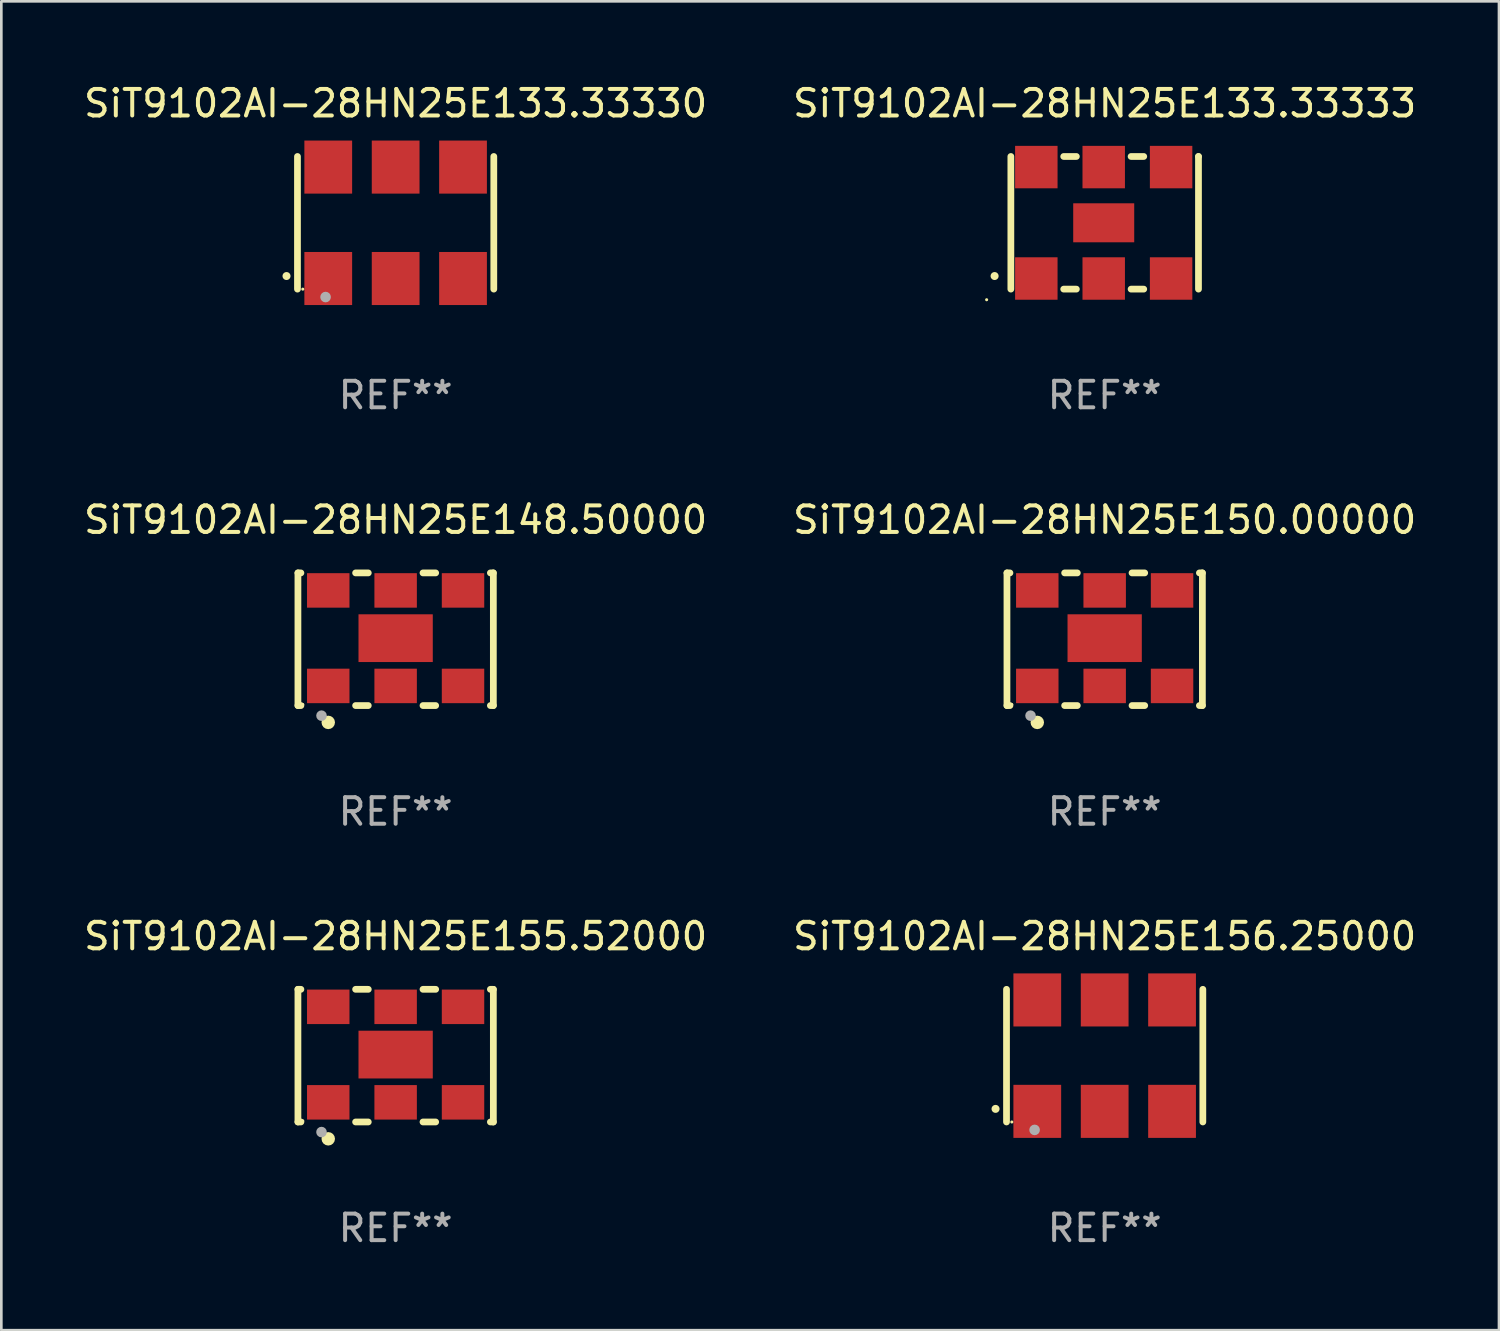
<source format=kicad_pcb>
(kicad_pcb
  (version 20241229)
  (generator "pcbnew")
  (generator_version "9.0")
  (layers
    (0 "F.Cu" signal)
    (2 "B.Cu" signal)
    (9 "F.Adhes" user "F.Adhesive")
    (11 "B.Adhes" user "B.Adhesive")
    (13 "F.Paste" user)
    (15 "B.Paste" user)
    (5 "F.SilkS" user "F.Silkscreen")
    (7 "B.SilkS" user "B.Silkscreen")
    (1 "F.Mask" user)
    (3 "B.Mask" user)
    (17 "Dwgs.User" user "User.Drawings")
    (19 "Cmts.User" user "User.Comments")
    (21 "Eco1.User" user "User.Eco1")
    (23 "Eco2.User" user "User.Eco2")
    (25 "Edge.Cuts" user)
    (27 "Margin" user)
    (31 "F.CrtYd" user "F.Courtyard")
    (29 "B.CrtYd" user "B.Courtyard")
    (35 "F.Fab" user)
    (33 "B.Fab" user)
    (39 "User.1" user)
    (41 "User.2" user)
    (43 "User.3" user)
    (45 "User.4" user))
  (footprint "SiT9102AI-28HN25E148.50000"
    (layer "F.Cu")
    (at 11.863 21.045)
    (property "Reference" "SiT9102AI-28HN25E148.50000" (at 0 -4.5 0) (layer "F.SilkS") (effects (font (size 1 1) (thickness 0.15))))
    (attr through_hole)
    (fp_line (start -3.683 -2.5) (end -3.571 -2.5) (stroke (width 0.254) (type solid)) (layer "F.SilkS"))
    (fp_line (start -3.683 2.5) (end -3.683 -2.5) (stroke (width 0.254) (type solid)) (layer "F.SilkS"))
    (fp_line (start -3.683 2.5) (end -3.571 2.5) (stroke (width 0.254) (type solid)) (layer "F.SilkS"))
    (fp_line (start -1.509 -2.5) (end -1.031 -2.5) (stroke (width 0.254) (type solid)) (layer "F.SilkS"))
    (fp_line (start -1.509 2.5) (end -1.031 2.5) (stroke (width 0.254) (type solid)) (layer "F.SilkS"))
    (fp_line (start 1.031 -2.5) (end 1.509 -2.5) (stroke (width 0.254) (type solid)) (layer "F.SilkS"))
    (fp_line (start 1.031 2.5) (end 1.509 2.5) (stroke (width 0.254) (type solid)) (layer "F.SilkS"))
    (fp_line (start 3.571 -2.5) (end 3.683 -2.5) (stroke (width 0.254) (type solid)) (layer "F.SilkS"))
    (fp_line (start 3.571 2.5) (end 3.683 2.5) (stroke (width 0.254) (type solid)) (layer "F.SilkS"))
    (fp_line (start 3.683 2.5) (end 3.683 -2.5) (stroke (width 0.254) (type solid)) (layer "F.SilkS"))
    (fp_circle (center -3.5 2.46) (end -3.47 2.46) (stroke (width 0.06) (type solid)) (fill no) (layer "F.SilkS"))
    (fp_circle (center -2.54 3.135) (end -2.413 3.135) (stroke (width 0.254) (type solid)) (fill no) (layer "F.SilkS"))
    (fp_circle (center -2.794 2.881) (end -2.694 2.881) (stroke (width 0.2) (type solid)) (fill no) (layer "F.Fab"))
    (fp_text user "REF**" (at 0 6.5 0) (layer "F.Fab") (effects (font (size 1 1) (thickness 0.15))))
    (pad "1" smd rect (at -2.54 1.76) (size 1.6 1.3) (layers "F.Cu" "F.Mask" "F.Paste"))
    (pad "2" smd rect (at 0 1.76) (size 1.6 1.3) (layers "F.Cu" "F.Mask" "F.Paste"))
    (pad "3" smd rect (at 2.54 1.76) (size 1.6 1.3) (layers "F.Cu" "F.Mask" "F.Paste"))
    (pad "4" smd rect (at 2.54 -1.84) (size 1.6 1.3) (layers "F.Cu" "F.Mask" "F.Paste"))
    (pad "5" smd rect (at 0 -1.84) (size 1.6 1.3) (layers "F.Cu" "F.Mask" "F.Paste"))
    (pad "6" smd rect (at -2.54 -1.84) (size 1.6 1.3) (layers "F.Cu" "F.Mask" "F.Paste"))
    (pad "7" smd rect (at 0 -0.04) (size 2.8 1.8) (layers "F.Cu" "F.Mask" "F.Paste")))
  (footprint "SiT9102AI-28HN25E155.52000"
    (layer "F.Cu")
    (at 11.863 36.741)
    (property "Reference" "SiT9102AI-28HN25E155.52000" (at 0 -4.5 0) (layer "F.SilkS") (effects (font (size 1 1) (thickness 0.15))))
    (attr through_hole)
    (fp_line (start -3.683 -2.5) (end -3.571 -2.5) (stroke (width 0.254) (type solid)) (layer "F.SilkS"))
    (fp_line (start -3.683 2.5) (end -3.683 -2.5) (stroke (width 0.254) (type solid)) (layer "F.SilkS"))
    (fp_line (start -3.683 2.5) (end -3.571 2.5) (stroke (width 0.254) (type solid)) (layer "F.SilkS"))
    (fp_line (start -1.509 -2.5) (end -1.031 -2.5) (stroke (width 0.254) (type solid)) (layer "F.SilkS"))
    (fp_line (start -1.509 2.5) (end -1.031 2.5) (stroke (width 0.254) (type solid)) (layer "F.SilkS"))
    (fp_line (start 1.031 -2.5) (end 1.509 -2.5) (stroke (width 0.254) (type solid)) (layer "F.SilkS"))
    (fp_line (start 1.031 2.5) (end 1.509 2.5) (stroke (width 0.254) (type solid)) (layer "F.SilkS"))
    (fp_line (start 3.571 -2.5) (end 3.683 -2.5) (stroke (width 0.254) (type solid)) (layer "F.SilkS"))
    (fp_line (start 3.571 2.5) (end 3.683 2.5) (stroke (width 0.254) (type solid)) (layer "F.SilkS"))
    (fp_line (start 3.683 2.5) (end 3.683 -2.5) (stroke (width 0.254) (type solid)) (layer "F.SilkS"))
    (fp_circle (center -3.5 2.46) (end -3.47 2.46) (stroke (width 0.06) (type solid)) (fill no) (layer "F.SilkS"))
    (fp_circle (center -2.54 3.135) (end -2.413 3.135) (stroke (width 0.254) (type solid)) (fill no) (layer "F.SilkS"))
    (fp_circle (center -2.794 2.881) (end -2.694 2.881) (stroke (width 0.2) (type solid)) (fill no) (layer "F.Fab"))
    (fp_text user "REF**" (at 0 6.5 0) (layer "F.Fab") (effects (font (size 1 1) (thickness 0.15))))
    (pad "1" smd rect (at -2.54 1.76) (size 1.6 1.3) (layers "F.Cu" "F.Mask" "F.Paste"))
    (pad "2" smd rect (at 0 1.76) (size 1.6 1.3) (layers "F.Cu" "F.Mask" "F.Paste"))
    (pad "3" smd rect (at 2.54 1.76) (size 1.6 1.3) (layers "F.Cu" "F.Mask" "F.Paste"))
    (pad "4" smd rect (at 2.54 -1.84) (size 1.6 1.3) (layers "F.Cu" "F.Mask" "F.Paste"))
    (pad "5" smd rect (at 0 -1.84) (size 1.6 1.3) (layers "F.Cu" "F.Mask" "F.Paste"))
    (pad "6" smd rect (at -2.54 -1.84) (size 1.6 1.3) (layers "F.Cu" "F.Mask" "F.Paste"))
    (pad "7" smd rect (at 0 -0.04) (size 2.8 1.8) (layers "F.Cu" "F.Mask" "F.Paste")))
  (footprint "SiT9102AI-28HN25E150.00000"
    (layer "F.Cu")
    (at 38.589 21.045)
    (property "Reference" "SiT9102AI-28HN25E150.00000" (at 0 -4.5 0) (layer "F.SilkS") (effects (font (size 1 1) (thickness 0.15))))
    (attr through_hole)
    (fp_line (start -3.683 -2.5) (end -3.571 -2.5) (stroke (width 0.254) (type solid)) (layer "F.SilkS"))
    (fp_line (start -3.683 2.5) (end -3.683 -2.5) (stroke (width 0.254) (type solid)) (layer "F.SilkS"))
    (fp_line (start -3.683 2.5) (end -3.571 2.5) (stroke (width 0.254) (type solid)) (layer "F.SilkS"))
    (fp_line (start -1.509 -2.5) (end -1.031 -2.5) (stroke (width 0.254) (type solid)) (layer "F.SilkS"))
    (fp_line (start -1.509 2.5) (end -1.031 2.5) (stroke (width 0.254) (type solid)) (layer "F.SilkS"))
    (fp_line (start 1.031 -2.5) (end 1.509 -2.5) (stroke (width 0.254) (type solid)) (layer "F.SilkS"))
    (fp_line (start 1.031 2.5) (end 1.509 2.5) (stroke (width 0.254) (type solid)) (layer "F.SilkS"))
    (fp_line (start 3.571 -2.5) (end 3.683 -2.5) (stroke (width 0.254) (type solid)) (layer "F.SilkS"))
    (fp_line (start 3.571 2.5) (end 3.683 2.5) (stroke (width 0.254) (type solid)) (layer "F.SilkS"))
    (fp_line (start 3.683 2.5) (end 3.683 -2.5) (stroke (width 0.254) (type solid)) (layer "F.SilkS"))
    (fp_circle (center -3.5 2.46) (end -3.47 2.46) (stroke (width 0.06) (type solid)) (fill no) (layer "F.SilkS"))
    (fp_circle (center -2.54 3.135) (end -2.413 3.135) (stroke (width 0.254) (type solid)) (fill no) (layer "F.SilkS"))
    (fp_circle (center -2.794 2.881) (end -2.694 2.881) (stroke (width 0.2) (type solid)) (fill no) (layer "F.Fab"))
    (fp_text user "REF**" (at 0 6.5 0) (layer "F.Fab") (effects (font (size 1 1) (thickness 0.15))))
    (pad "1" smd rect (at -2.54 1.76) (size 1.6 1.3) (layers "F.Cu" "F.Mask" "F.Paste"))
    (pad "2" smd rect (at 0 1.76) (size 1.6 1.3) (layers "F.Cu" "F.Mask" "F.Paste"))
    (pad "3" smd rect (at 2.54 1.76) (size 1.6 1.3) (layers "F.Cu" "F.Mask" "F.Paste"))
    (pad "4" smd rect (at 2.54 -1.84) (size 1.6 1.3) (layers "F.Cu" "F.Mask" "F.Paste"))
    (pad "5" smd rect (at 0 -1.84) (size 1.6 1.3) (layers "F.Cu" "F.Mask" "F.Paste"))
    (pad "6" smd rect (at -2.54 -1.84) (size 1.6 1.3) (layers "F.Cu" "F.Mask" "F.Paste"))
    (pad "7" smd rect (at 0 -0.04) (size 2.8 1.8) (layers "F.Cu" "F.Mask" "F.Paste")))
  (footprint "SiT9102AI-28HN25E156.25000"
    (layer "F.Cu")
    (at 38.589 36.741)
    (property "Reference" "SiT9102AI-28HN25E156.25000" (at 0 -4.5 0) (layer "F.SilkS") (effects (font (size 1 1) (thickness 0.15))))
    (attr through_hole)
    (fp_line (start -3.7 -2.5) (end -3.7 2.5) (stroke (width 0.254) (type solid)) (layer "F.SilkS"))
    (fp_line (start 3.7 -2.5) (end 3.7 2.5) (stroke (width 0.254) (type solid)) (layer "F.SilkS"))
    (fp_arc (start -4.114415 2.006604) (mid -4.113145 2.006599) (end -4.111875 2.006604) (stroke (width 0.3) (type solid)) (layer "F.SilkS"))
    (fp_circle (center -3.5 2.501) (end -3.47 2.501) (stroke (width 0.06) (type solid)) (fill no) (layer "F.SilkS"))
    (fp_circle (center -2.641 2.799) (end -2.541 2.799) (stroke (width 0.2) (type solid)) (fill no) (layer "F.Fab"))
    (fp_text user "REF**" (at 0 6.5 0) (layer "F.Fab") (effects (font (size 1 1) (thickness 0.15))))
    (pad "1" smd rect (at -2.54 2.1) (size 1.8 2) (layers "F.Cu" "F.Mask" "F.Paste"))
    (pad "2" smd rect (at 0.000394 2.1) (size 1.8 2) (layers "F.Cu" "F.Mask" "F.Paste"))
    (pad "3" smd rect (at 2.54 2.1) (size 1.8 2) (layers "F.Cu" "F.Mask" "F.Paste"))
    (pad "4" smd rect (at 2.54 -2.1) (size 1.8 2) (layers "F.Cu" "F.Mask" "F.Paste"))
    (pad "5" smd rect (at 0.000394 -2.1) (size 1.8 2) (layers "F.Cu" "F.Mask" "F.Paste"))
    (pad "6" smd rect (at -2.54 -2.1) (size 1.8 2) (layers "F.Cu" "F.Mask" "F.Paste")))
  (footprint "SiT9102AI-28HN25E133.33333"
    (layer "F.Cu")
    (at 38.589 5.348)
    (property "Reference" "SiT9102AI-28HN25E133.33333" (at 0 -4.5 0) (layer "F.SilkS") (effects (font (size 1 1) (thickness 0.15))))
    (attr through_hole)
    (fp_line (start -3.536 -2.5) (end -3.536 2.5) (stroke (width 0.254) (type solid)) (layer "F.SilkS"))
    (fp_line (start -1.544 2.5) (end -1.067 2.5) (stroke (width 0.254) (type solid)) (layer "F.SilkS"))
    (fp_line (start -1.067 -2.5) (end -1.544 -2.5) (stroke (width 0.254) (type solid)) (layer "F.SilkS"))
    (fp_line (start 0.996 2.5) (end 1.473 2.5) (stroke (width 0.254) (type solid)) (layer "F.SilkS"))
    (fp_line (start 1.473 -2.5) (end 0.996 -2.5) (stroke (width 0.254) (type solid)) (layer "F.SilkS"))
    (fp_line (start 3.536 -2.5) (end 3.536 -2.5) (stroke (width 0.254) (type solid)) (layer "F.SilkS"))
    (fp_line (start 3.536 2.5) (end 3.536 -2.5) (stroke (width 0.254) (type solid)) (layer "F.SilkS"))
    (fp_arc (start -4.150432 2.006604) (mid -4.149162 2.006599) (end -4.147892 2.006604) (stroke (width 0.3) (type solid)) (layer "F.SilkS"))
    (fp_circle (center -4.449 2.9) (end -4.419 2.9) (stroke (width 0.06) (type solid)) (fill no) (layer "F.SilkS"))
    (fp_text user "REF**" (at 0 6.5 0) (layer "F.Fab") (effects (font (size 1 1) (thickness 0.15))))
    (pad "1" smd rect (at -2.576 2.1) (size 1.6 1.6) (layers "F.Cu" "F.Mask" "F.Paste"))
    (pad "2" smd rect (at -0.036 2.1) (size 1.6 1.6) (layers "F.Cu" "F.Mask" "F.Paste"))
    (pad "3" smd rect (at 2.504 2.1) (size 1.6 1.6) (layers "F.Cu" "F.Mask" "F.Paste"))
    (pad "4" smd rect (at 2.504 -2.1) (size 1.6 1.6) (layers "F.Cu" "F.Mask" "F.Paste"))
    (pad "5" smd rect (at -0.036 -2.1) (size 1.6 1.6) (layers "F.Cu" "F.Mask" "F.Paste"))
    (pad "6" smd rect (at -2.576 -2.1) (size 1.6 1.6) (layers "F.Cu" "F.Mask" "F.Paste"))
    (pad "7" smd rect (at -0.036 0) (size 2.3 1.47) (layers "F.Cu" "F.Mask" "F.Paste")))
  (footprint "SiT9102AI-28HN25E133.33330"
    (layer "F.Cu")
    (at 11.863 5.348)
    (property "Reference" "SiT9102AI-28HN25E133.33330" (at 0 -4.5 0) (layer "F.SilkS") (effects (font (size 1 1) (thickness 0.15))))
    (attr through_hole)
    (fp_line (start -3.7 -2.5) (end -3.7 2.5) (stroke (width 0.254) (type solid)) (layer "F.SilkS"))
    (fp_line (start 3.7 -2.5) (end 3.7 2.5) (stroke (width 0.254) (type solid)) (layer "F.SilkS"))
    (fp_arc (start -4.114415 2.006604) (mid -4.113145 2.006599) (end -4.111875 2.006604) (stroke (width 0.3) (type solid)) (layer "F.SilkS"))
    (fp_circle (center -3.5 2.501) (end -3.47 2.501) (stroke (width 0.06) (type solid)) (fill no) (layer "F.SilkS"))
    (fp_circle (center -2.641 2.799) (end -2.541 2.799) (stroke (width 0.2) (type solid)) (fill no) (layer "F.Fab"))
    (fp_text user "REF**" (at 0 6.5 0) (layer "F.Fab") (effects (font (size 1 1) (thickness 0.15))))
    (pad "1" smd rect (at -2.54 2.1) (size 1.8 2) (layers "F.Cu" "F.Mask" "F.Paste"))
    (pad "2" smd rect (at 0.000394 2.1) (size 1.8 2) (layers "F.Cu" "F.Mask" "F.Paste"))
    (pad "3" smd rect (at 2.54 2.1) (size 1.8 2) (layers "F.Cu" "F.Mask" "F.Paste"))
    (pad "4" smd rect (at 2.54 -2.1) (size 1.8 2) (layers "F.Cu" "F.Mask" "F.Paste"))
    (pad "5" smd rect (at 0.000394 -2.1) (size 1.8 2) (layers "F.Cu" "F.Mask" "F.Paste"))
    (pad "6" smd rect (at -2.54 -2.1) (size 1.8 2) (layers "F.Cu" "F.Mask" "F.Paste")))
  (gr_rect
    (start -3 -3)
    (end 53.452 47.09)
    (stroke (width 0.1) (type default))
    (fill no)
    (layer "Edge.Cuts")))
</source>
